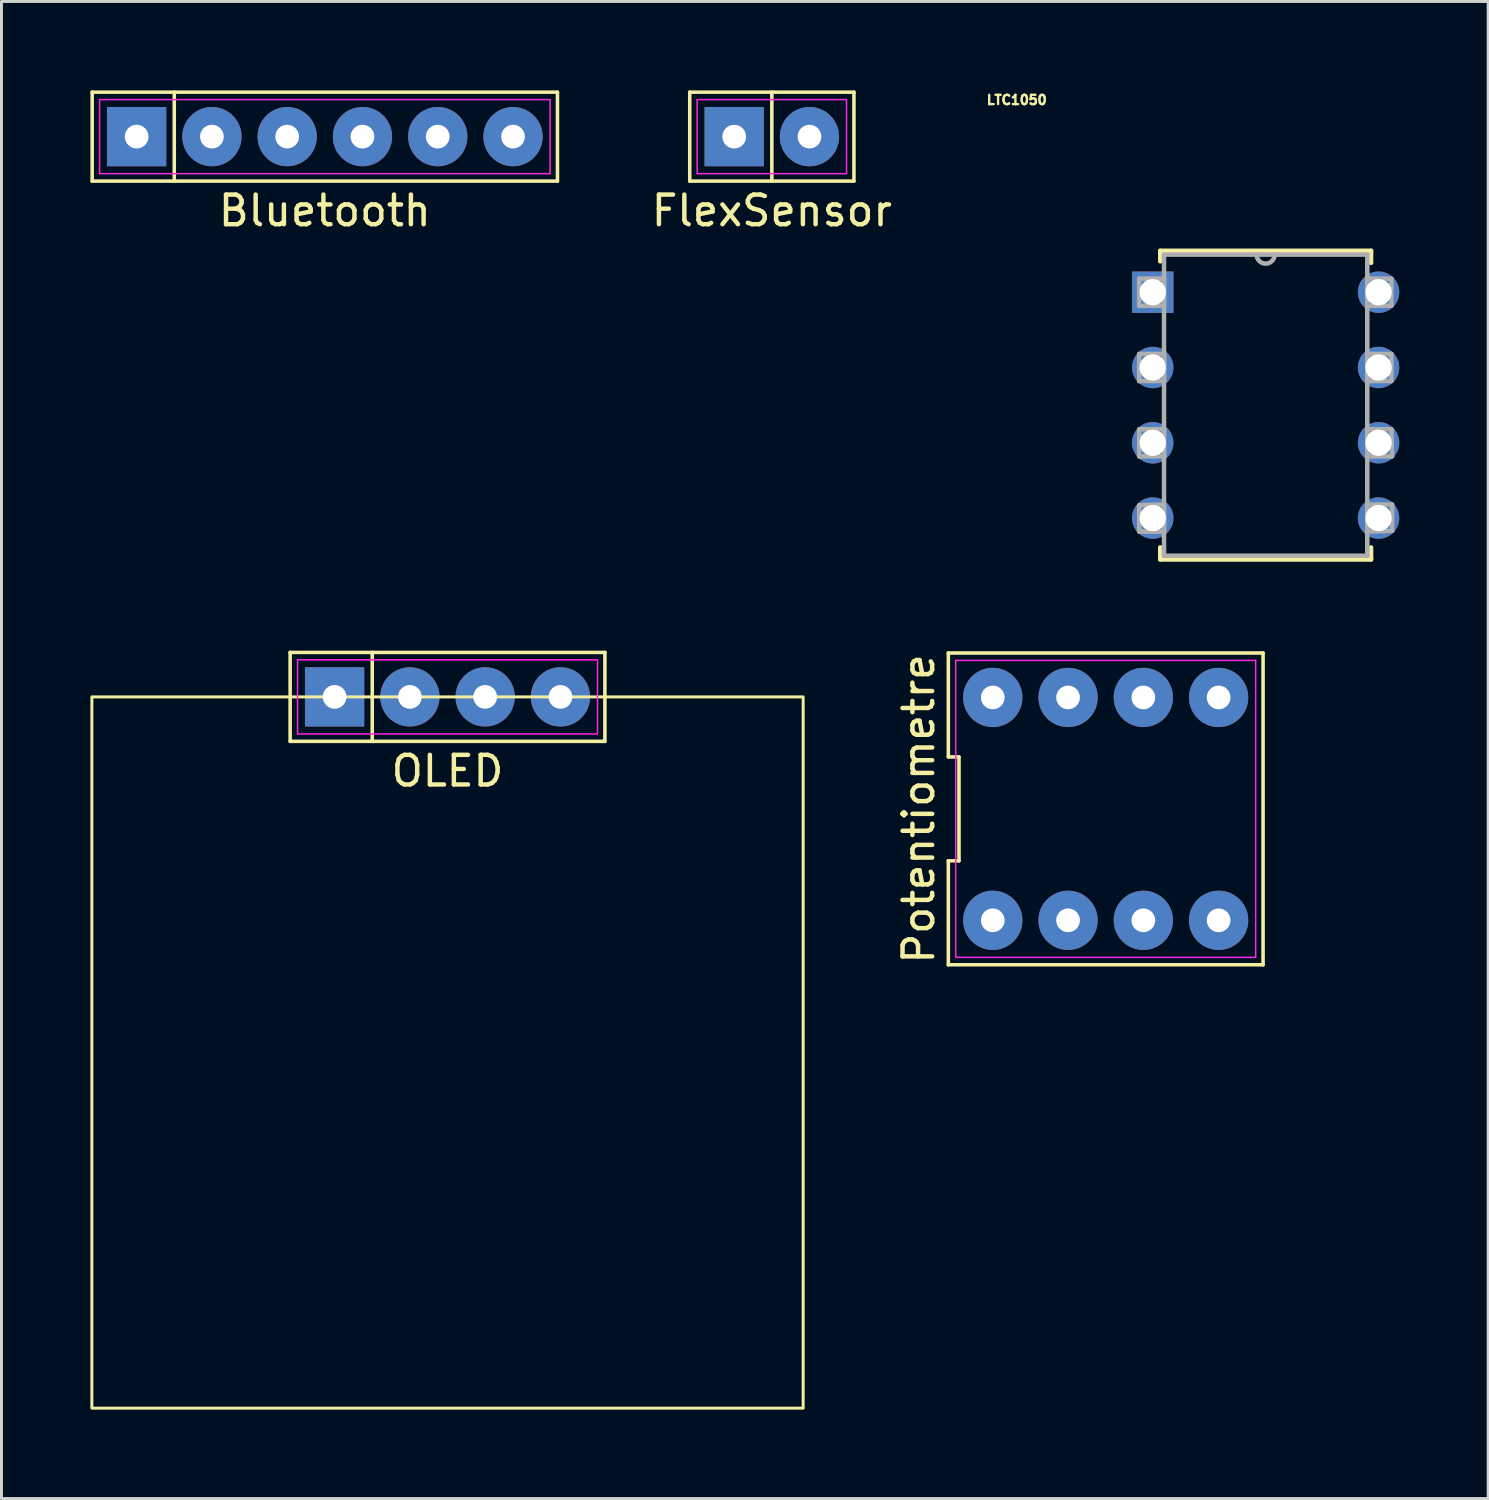
<source format=kicad_pcb>
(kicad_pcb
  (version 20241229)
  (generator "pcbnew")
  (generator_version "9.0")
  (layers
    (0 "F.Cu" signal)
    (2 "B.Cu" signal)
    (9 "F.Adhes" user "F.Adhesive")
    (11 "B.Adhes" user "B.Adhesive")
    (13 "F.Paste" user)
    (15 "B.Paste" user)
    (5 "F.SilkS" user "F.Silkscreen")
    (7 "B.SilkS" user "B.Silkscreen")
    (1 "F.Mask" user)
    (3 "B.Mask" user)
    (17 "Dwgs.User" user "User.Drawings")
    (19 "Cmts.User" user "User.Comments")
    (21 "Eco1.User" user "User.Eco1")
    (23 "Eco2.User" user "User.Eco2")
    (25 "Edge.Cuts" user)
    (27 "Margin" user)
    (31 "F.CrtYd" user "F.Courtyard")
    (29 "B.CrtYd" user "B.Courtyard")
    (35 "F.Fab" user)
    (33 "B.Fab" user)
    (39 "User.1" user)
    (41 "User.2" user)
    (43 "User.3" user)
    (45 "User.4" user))
  (footprint "OLED"
    (layer "F.Cu")
    (at 12.05 20.464)
    (property "Reference" "OLED" (at 0 2.5 0) (layer "F.SilkS") (effects (font (size 1 1) (thickness 0.15))))
    (attr through_hole)
    (fp_line (start -5.31 -1.5) (end 5.31 -1.5) (stroke (width 0.12) (type default)) (layer "F.SilkS"))
    (fp_line (start -5.31 1.5) (end -5.31 -1.5) (stroke (width 0.12) (type default)) (layer "F.SilkS"))
    (fp_line (start -2.54 -1.5) (end -2.54 1.5) (stroke (width 0.12) (type default)) (layer "F.SilkS"))
    (fp_line (start 5.31 -1.5) (end 5.31 1.5) (stroke (width 0.12) (type default)) (layer "F.SilkS"))
    (fp_line (start 5.31 1.5) (end -5.31 1.5) (stroke (width 0.12) (type default)) (layer "F.SilkS"))
    (fp_rect (start -12 0) (end 12 24) (stroke (width 0.1) (type default)) (fill no) (layer "F.SilkS"))
    (fp_line (start -5.06 -1.25) (end 5.06 -1.25) (stroke (width 0.05) (type default)) (layer "F.CrtYd"))
    (fp_line (start -5.06 1.25) (end -5.06 -1.25) (stroke (width 0.05) (type default)) (layer "F.CrtYd"))
    (fp_line (start 5.06 -1.25) (end 5.06 1.25) (stroke (width 0.05) (type default)) (layer "F.CrtYd"))
    (fp_line (start 5.06 1.25) (end -5.06 1.25) (stroke (width 0.05) (type default)) (layer "F.CrtYd"))
    (pad "1" thru_hole rect (at -3.81 0) (size 2 2) (drill 0.8) (layers "*.Cu" "*.Mask"))
    (pad "2" thru_hole circle (at -1.27 0) (size 2 2) (drill 0.8) (layers "*.Cu" "*.Mask"))
    (pad "3" thru_hole circle (at 1.27 0) (size 2 2) (drill 0.8) (layers "*.Cu" "*.Mask"))
    (pad "4" thru_hole circle (at 3.81 0) (size 2 2) (drill 0.8) (layers "*.Cu" "*.Mask")))
  (footprint "FlexSensor"
    (layer "F.Cu")
    (at 22.993 1.56)
    (property "Reference" "FlexSensor" (at 0 2.5 0) (layer "F.SilkS") (effects (font (size 1 1) (thickness 0.15))))
    (attr through_hole)
    (fp_line (start -2.77 -1.5) (end 2.77 -1.5) (stroke (width 0.12) (type default)) (layer "F.SilkS"))
    (fp_line (start -2.77 1.5) (end -2.77 -1.5) (stroke (width 0.12) (type default)) (layer "F.SilkS"))
    (fp_line (start 0 -1.5) (end 0 1.5) (stroke (width 0.12) (type default)) (layer "F.SilkS"))
    (fp_line (start 2.77 -1.5) (end 2.77 1.5) (stroke (width 0.12) (type default)) (layer "F.SilkS"))
    (fp_line (start 2.77 1.5) (end -2.77 1.5) (stroke (width 0.12) (type default)) (layer "F.SilkS"))
    (fp_line (start -2.52 -1.25) (end 2.52 -1.25) (stroke (width 0.05) (type default)) (layer "F.CrtYd"))
    (fp_line (start -2.52 1.25) (end -2.52 -1.25) (stroke (width 0.05) (type default)) (layer "F.CrtYd"))
    (fp_line (start 2.52 -1.25) (end 2.52 1.25) (stroke (width 0.05) (type default)) (layer "F.CrtYd"))
    (fp_line (start 2.52 1.25) (end -2.52 1.25) (stroke (width 0.05) (type default)) (layer "F.CrtYd"))
    (pad "1" thru_hole rect (at -1.27 0) (size 2 2) (drill 0.8) (layers "*.Cu" "*.Mask"))
    (pad "2" thru_hole circle (at 1.27 0) (size 2 2) (drill 0.8) (layers "*.Cu" "*.Mask")))
  (footprint "Bluetooth"
    (layer "F.Cu")
    (at 7.91 1.56)
    (property "Reference" "Bluetooth" (at 0 2.5 0) (layer "F.SilkS") (effects (font (size 1 1) (thickness 0.15))))
    (attr through_hole)
    (fp_line (start -7.85 -1.5) (end 7.85 -1.5) (stroke (width 0.12) (type default)) (layer "F.SilkS"))
    (fp_line (start -7.85 1.5) (end -7.85 -1.5) (stroke (width 0.12) (type default)) (layer "F.SilkS"))
    (fp_line (start -5.08 -1.5) (end -5.08 1.5) (stroke (width 0.12) (type default)) (layer "F.SilkS"))
    (fp_line (start 7.85 -1.5) (end 7.85 1.5) (stroke (width 0.12) (type default)) (layer "F.SilkS"))
    (fp_line (start 7.85 1.5) (end -7.85 1.5) (stroke (width 0.12) (type default)) (layer "F.SilkS"))
    (fp_line (start -7.6 -1.25) (end 7.6 -1.25) (stroke (width 0.05) (type default)) (layer "F.CrtYd"))
    (fp_line (start -7.6 1.25) (end -7.6 -1.25) (stroke (width 0.05) (type default)) (layer "F.CrtYd"))
    (fp_line (start 7.6 -1.25) (end 7.6 1.25) (stroke (width 0.05) (type default)) (layer "F.CrtYd"))
    (fp_line (start 7.6 1.25) (end -7.6 1.25) (stroke (width 0.05) (type default)) (layer "F.CrtYd"))
    (pad "1" thru_hole rect (at -6.35 0) (size 2 2) (drill 0.8) (layers "*.Cu" "*.Mask"))
    (pad "2" thru_hole circle (at -3.81 0) (size 2 2) (drill 0.8) (layers "*.Cu" "*.Mask"))
    (pad "3" thru_hole circle (at -1.27 0) (size 2 2) (drill 0.8) (layers "*.Cu" "*.Mask"))
    (pad "4" thru_hole circle (at 1.27 0) (size 2 2) (drill 0.8) (layers "*.Cu" "*.Mask"))
    (pad "5" thru_hole circle (at 3.81 0) (size 2 2) (drill 0.8) (layers "*.Cu" "*.Mask"))
    (pad "6" thru_hole circle (at 6.35 0) (size 2 2) (drill 0.8) (layers "*.Cu" "*.Mask")))
  (footprint "Potentiometre"
    (layer "F.Cu")
    (at 34.258 24.243)
    (property "Reference" "Potentiometre" (at -6.31 0 90) (layer "F.SilkS") (effects (font (size 1 1) (thickness 0.15))))
    (attr through_hole)
    (fp_line (start -5.31 -5.26) (end -5.31 -1.753) (stroke (width 0.12) (type default)) (layer "F.SilkS"))
    (fp_line (start -5.31 -1.753) (end -4.95 -1.753) (stroke (width 0.12) (type default)) (layer "F.SilkS"))
    (fp_line (start -5.31 1.753) (end -5.31 5.26) (stroke (width 0.12) (type default)) (layer "F.SilkS"))
    (fp_line (start -5.31 5.26) (end 5.31 5.26) (stroke (width 0.12) (type default)) (layer "F.SilkS"))
    (fp_line (start -4.95 -1.753) (end -4.95 1.753) (stroke (width 0.12) (type default)) (layer "F.SilkS"))
    (fp_line (start -4.95 1.753) (end -5.31 1.753) (stroke (width 0.12) (type default)) (layer "F.SilkS"))
    (fp_line (start 5.31 -5.26) (end -5.31 -5.26) (stroke (width 0.12) (type default)) (layer "F.SilkS"))
    (fp_line (start 5.31 5.26) (end 5.31 -5.26) (stroke (width 0.12) (type default)) (layer "F.SilkS"))
    (fp_line (start -5.06 -5.01) (end 5.06 -5.01) (stroke (width 0.05) (type default)) (layer "F.CrtYd"))
    (fp_line (start -5.06 5.01) (end -5.06 -5.01) (stroke (width 0.05) (type default)) (layer "F.CrtYd"))
    (fp_line (start 5.06 -5.01) (end 5.06 5.01) (stroke (width 0.05) (type default)) (layer "F.CrtYd"))
    (fp_line (start 5.06 5.01) (end -5.06 5.01) (stroke (width 0.05) (type default)) (layer "F.CrtYd"))
    (pad "1" thru_hole circle (at -3.81 3.76) (size 2 2) (drill 0.8) (layers "*.Cu" "*.Mask"))
    (pad "2" thru_hole circle (at -1.27 3.76) (size 2 2) (drill 0.8) (layers "*.Cu" "*.Mask"))
    (pad "3" thru_hole circle (at 1.27 3.76) (size 2 2) (drill 0.8) (layers "*.Cu" "*.Mask"))
    (pad "4" thru_hole circle (at 3.81 3.76) (size 2 2) (drill 0.8) (layers "*.Cu" "*.Mask"))
    (pad "5" thru_hole circle (at 3.81 -3.76) (size 2 2) (drill 0.8) (layers "*.Cu" "*.Mask"))
    (pad "6" thru_hole circle (at 1.27 -3.76) (size 2 2) (drill 0.8) (layers "*.Cu" "*.Mask"))
    (pad "7" thru_hole circle (at -1.27 -3.76) (size 2 2) (drill 0.8) (layers "*.Cu" "*.Mask"))
    (pad "8" thru_hole circle (at -3.81 -3.76) (size 2 2) (drill 0.8) (layers "*.Cu" "*.Mask")))
  (footprint "LTC1050"
    (layer "F.Cu")
    (at 43.465 14.43)
    (property "Reference" "LTC1050" (at -12.208 -14.108 0) (layer "F.SilkS") (effects (font (size 0.315 0.315) (thickness 0.079))))
    (attr through_hole)
    (fp_line (start -7.366 -9.017) (end -7.366 -8.661) (stroke (width 0.152) (type solid)) (layer "F.SilkS"))
    (fp_line (start -7.366 0.991) (end -7.366 1.397) (stroke (width 0.152) (type solid)) (layer "F.SilkS"))
    (fp_line (start -7.366 1.397) (end -0.254 1.397) (stroke (width 0.152) (type solid)) (layer "F.SilkS"))
    (fp_line (start -0.254 -9.017) (end -7.366 -9.017) (stroke (width 0.152) (type solid)) (layer "F.SilkS"))
    (fp_line (start -0.254 -8.611) (end -0.254 -9.017) (stroke (width 0.152) (type solid)) (layer "F.SilkS"))
    (fp_line (start -0.254 1.397) (end -0.254 0.991) (stroke (width 0.152) (type solid)) (layer "F.SilkS"))
    (fp_line (start -8.077 -8.077) (end -8.077 -7.163) (stroke (width 0.152) (type solid)) (layer "F.Fab"))
    (fp_line (start -8.077 -7.163) (end -7.239 -7.163) (stroke (width 0.152) (type solid)) (layer "F.Fab"))
    (fp_line (start -8.077 -5.537) (end -8.077 -4.623) (stroke (width 0.152) (type solid)) (layer "F.Fab"))
    (fp_line (start -8.077 -4.623) (end -7.239 -4.623) (stroke (width 0.152) (type solid)) (layer "F.Fab"))
    (fp_line (start -8.077 -2.997) (end -8.077 -2.083) (stroke (width 0.152) (type solid)) (layer "F.Fab"))
    (fp_line (start -8.077 -2.083) (end -7.239 -2.083) (stroke (width 0.152) (type solid)) (layer "F.Fab"))
    (fp_line (start -8.077 -0.432) (end -8.077 0.457) (stroke (width 0.152) (type solid)) (layer "F.Fab"))
    (fp_line (start -8.077 0.457) (end -7.239 0.457) (stroke (width 0.152) (type solid)) (layer "F.Fab"))
    (fp_line (start -7.239 -8.89) (end -7.239 1.27) (stroke (width 0.152) (type solid)) (layer "F.Fab"))
    (fp_line (start -7.239 -8.077) (end -8.077 -8.077) (stroke (width 0.152) (type solid)) (layer "F.Fab"))
    (fp_line (start -7.239 -7.163) (end -7.239 -8.077) (stroke (width 0.152) (type solid)) (layer "F.Fab"))
    (fp_line (start -7.239 -5.537) (end -8.077 -5.537) (stroke (width 0.152) (type solid)) (layer "F.Fab"))
    (fp_line (start -7.239 -4.623) (end -7.239 -5.537) (stroke (width 0.152) (type solid)) (layer "F.Fab"))
    (fp_line (start -7.239 -2.997) (end -8.077 -2.997) (stroke (width 0.152) (type solid)) (layer "F.Fab"))
    (fp_line (start -7.239 -2.083) (end -7.239 -2.997) (stroke (width 0.152) (type solid)) (layer "F.Fab"))
    (fp_line (start -7.239 -0.457) (end -8.077 -0.432) (stroke (width 0.152) (type solid)) (layer "F.Fab"))
    (fp_line (start -7.239 0.457) (end -7.239 -0.457) (stroke (width 0.152) (type solid)) (layer "F.Fab"))
    (fp_line (start -7.239 1.27) (end -0.381 1.27) (stroke (width 0.152) (type solid)) (layer "F.Fab"))
    (fp_line (start -4.115 -8.89) (end -7.239 -8.89) (stroke (width 0.152) (type solid)) (layer "F.Fab"))
    (fp_line (start -3.505 -8.89) (end -4.115 -8.89) (stroke (width 0.152) (type solid)) (layer "F.Fab"))
    (fp_line (start -0.381 -8.89) (end -3.505 -8.89) (stroke (width 0.152) (type solid)) (layer "F.Fab"))
    (fp_line (start -0.381 -8.077) (end -0.381 -7.163) (stroke (width 0.152) (type solid)) (layer "F.Fab"))
    (fp_line (start -0.381 -7.163) (end 0.432 -7.163) (stroke (width 0.152) (type solid)) (layer "F.Fab"))
    (fp_line (start -0.381 -5.537) (end -0.381 -4.623) (stroke (width 0.152) (type solid)) (layer "F.Fab"))
    (fp_line (start -0.381 -4.623) (end 0.432 -4.623) (stroke (width 0.152) (type solid)) (layer "F.Fab"))
    (fp_line (start -0.381 -2.997) (end -0.381 -2.083) (stroke (width 0.152) (type solid)) (layer "F.Fab"))
    (fp_line (start -0.381 -2.083) (end 0.457 -2.083) (stroke (width 0.152) (type solid)) (layer "F.Fab"))
    (fp_line (start -0.381 -0.457) (end -0.381 0.457) (stroke (width 0.152) (type solid)) (layer "F.Fab"))
    (fp_line (start -0.381 0.457) (end 0.457 0.432) (stroke (width 0.152) (type solid)) (layer "F.Fab"))
    (fp_line (start -0.381 1.27) (end -0.381 -8.89) (stroke (width 0.152) (type solid)) (layer "F.Fab"))
    (fp_line (start 0.432 -8.077) (end -0.381 -8.077) (stroke (width 0.152) (type solid)) (layer "F.Fab"))
    (fp_line (start 0.432 -7.163) (end 0.432 -8.077) (stroke (width 0.152) (type solid)) (layer "F.Fab"))
    (fp_line (start 0.432 -5.537) (end -0.381 -5.537) (stroke (width 0.152) (type solid)) (layer "F.Fab"))
    (fp_line (start 0.432 -4.623) (end 0.432 -5.537) (stroke (width 0.152) (type solid)) (layer "F.Fab"))
    (fp_line (start 0.432 -2.997) (end -0.381 -2.997) (stroke (width 0.152) (type solid)) (layer "F.Fab"))
    (fp_line (start 0.457 -2.083) (end 0.432 -2.997) (stroke (width 0.152) (type solid)) (layer "F.Fab"))
    (fp_line (start 0.457 -0.457) (end -0.381 -0.457) (stroke (width 0.152) (type solid)) (layer "F.Fab"))
    (fp_line (start 0.457 0.432) (end 0.457 -0.457) (stroke (width 0.152) (type solid)) (layer "F.Fab"))
    (fp_arc (start -3.5052 -8.89) (mid -3.81 -8.5852) (end -4.1148 -8.89) (stroke (width 0.1524) (type solid)) (layer "F.Fab"))
    (pad "1" thru_hole rect (at -7.62 -7.62) (size 1.397 1.397) (drill 0.889) (layers "*.Cu" "*.Mask"))
    (pad "2" thru_hole circle (at -7.62 -5.08) (size 1.397 1.397) (drill 0.889) (layers "*.Cu" "*.Mask"))
    (pad "3" thru_hole circle (at -7.62 -2.54) (size 1.397 1.397) (drill 0.889) (layers "*.Cu" "*.Mask"))
    (pad "4" thru_hole circle (at -7.62 0) (size 1.397 1.397) (drill 0.889) (layers "*.Cu" "*.Mask"))
    (pad "5" thru_hole circle (at 0 0) (size 1.397 1.397) (drill 0.889) (layers "*.Cu" "*.Mask"))
    (pad "6" thru_hole circle (at 0 -2.54) (size 1.397 1.397) (drill 0.889) (layers "*.Cu" "*.Mask"))
    (pad "7" thru_hole circle (at 0 -5.08) (size 1.397 1.397) (drill 0.889) (layers "*.Cu" "*.Mask"))
    (pad "8" thru_hole circle (at 0 -7.62) (size 1.397 1.397) (drill 0.889) (layers "*.Cu" "*.Mask")))
  (gr_rect
    (start -3 -3)
    (end 47.163 47.514)
    (stroke (width 0.1) (type default))
    (fill no)
    (layer "Edge.Cuts")))
</source>
